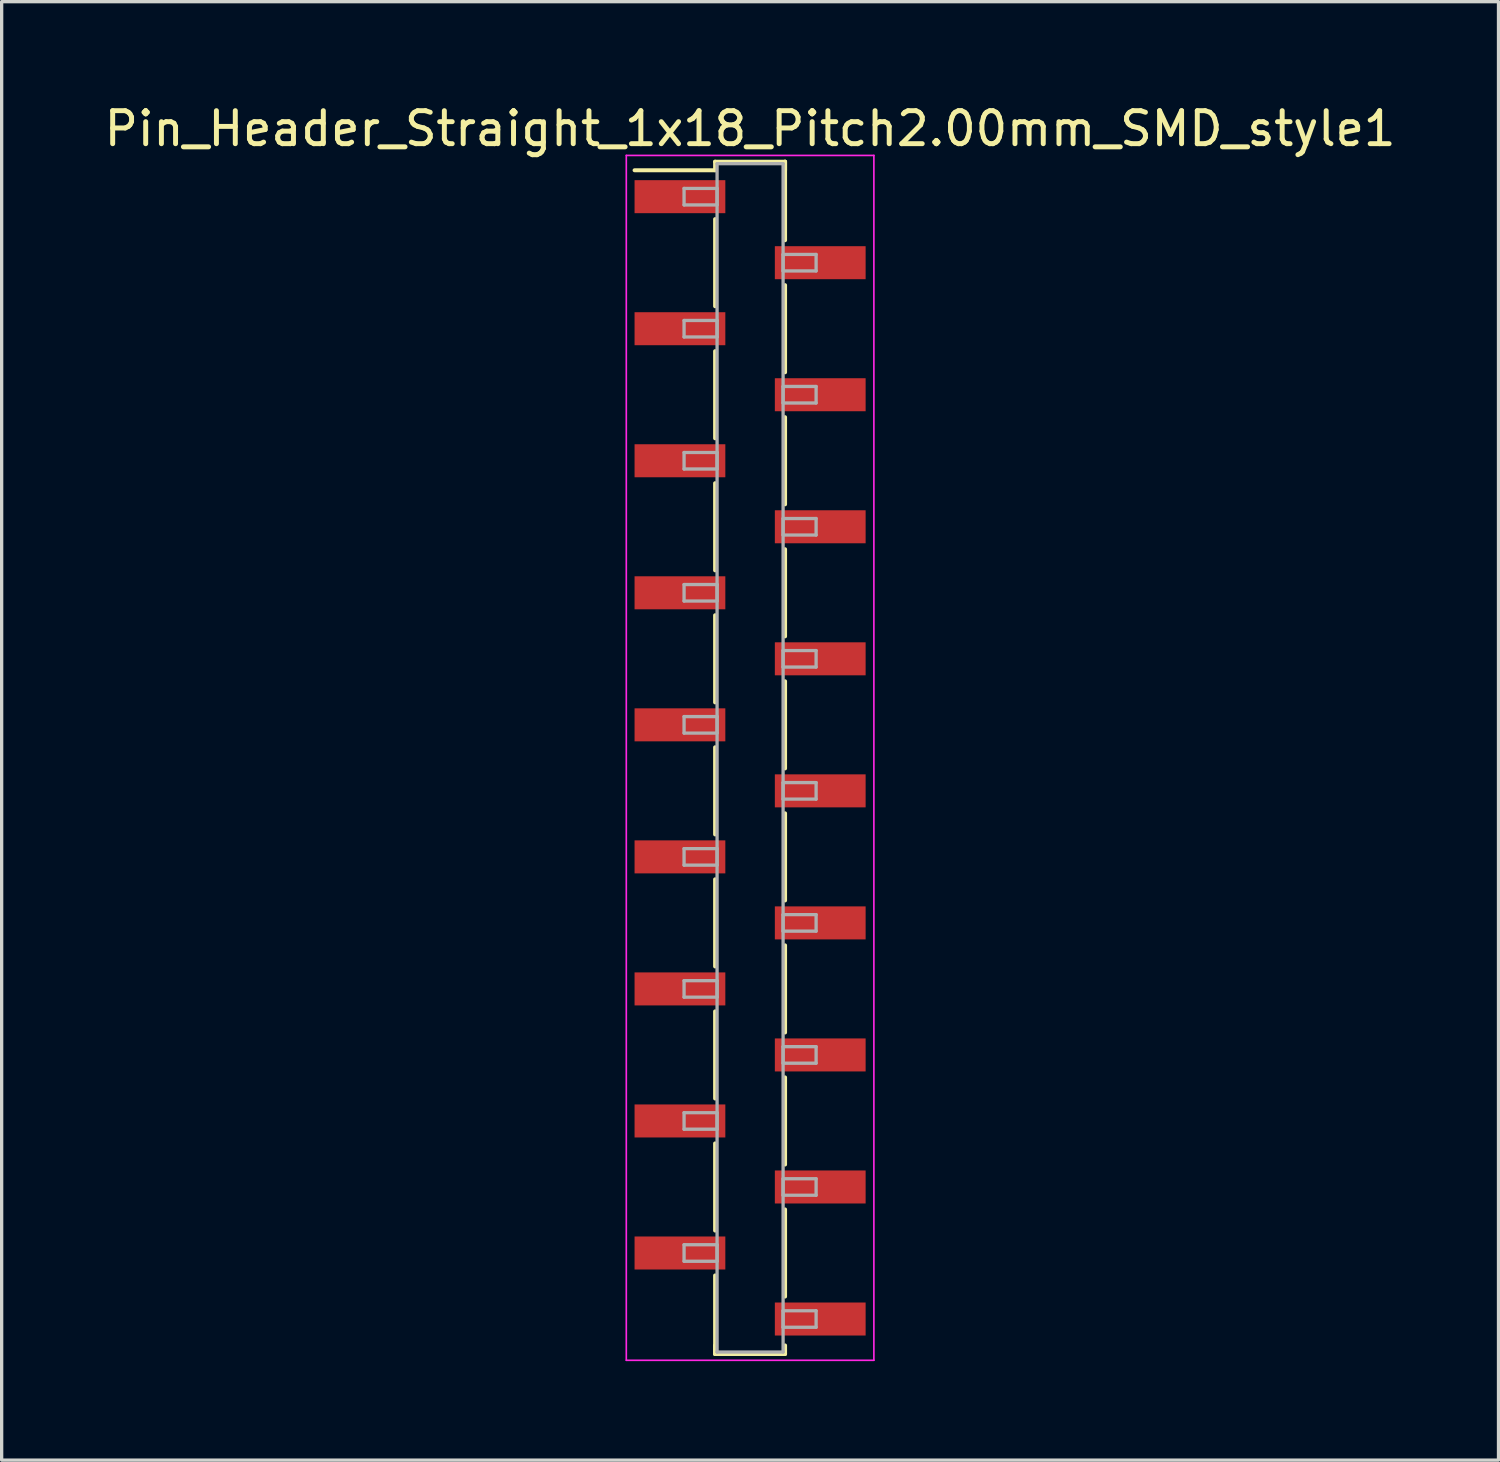
<source format=kicad_pcb>
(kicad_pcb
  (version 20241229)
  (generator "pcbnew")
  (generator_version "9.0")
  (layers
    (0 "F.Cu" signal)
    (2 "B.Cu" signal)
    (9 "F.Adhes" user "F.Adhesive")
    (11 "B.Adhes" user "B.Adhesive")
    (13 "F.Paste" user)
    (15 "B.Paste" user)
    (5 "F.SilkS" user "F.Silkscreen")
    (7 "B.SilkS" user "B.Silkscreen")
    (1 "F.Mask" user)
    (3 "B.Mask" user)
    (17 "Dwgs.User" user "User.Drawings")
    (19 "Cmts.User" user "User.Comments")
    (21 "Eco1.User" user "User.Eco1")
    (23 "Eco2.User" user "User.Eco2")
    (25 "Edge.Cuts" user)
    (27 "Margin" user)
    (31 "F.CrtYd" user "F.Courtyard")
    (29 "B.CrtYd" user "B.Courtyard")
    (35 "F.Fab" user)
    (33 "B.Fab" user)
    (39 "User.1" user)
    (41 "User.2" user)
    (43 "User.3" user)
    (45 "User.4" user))
  (footprint "Pin_Header_Straight_1x18_Pitch2.00mm_SMD_style1"
    (layer "F.Cu")
    (at 19.673 19.908)
    (property "Reference" "Pin_Header_Straight_1x18_Pitch2.00mm_SMD_style1" (at 0 -19.06 0) (layer "F.SilkS") (effects (font (size 1 1) (thickness 0.15))))
    (attr smd)
    (fp_line (start -1.06 -18.06) (end 1.06 -18.06) (stroke (width 0.12) (type solid)) (layer "F.SilkS"))
    (fp_line (start -1.06 -17.8) (end -3.5 -17.8) (stroke (width 0.12) (type solid)) (layer "F.SilkS"))
    (fp_line (start -1.06 -17.8) (end -1.06 -18.06) (stroke (width 0.12) (type solid)) (layer "F.SilkS"))
    (fp_line (start -1.06 -16.32) (end -1.06 -13.68) (stroke (width 0.12) (type solid)) (layer "F.SilkS"))
    (fp_line (start -1.06 -12.32) (end -1.06 -9.68) (stroke (width 0.12) (type solid)) (layer "F.SilkS"))
    (fp_line (start -1.06 -8.32) (end -1.06 -5.68) (stroke (width 0.12) (type solid)) (layer "F.SilkS"))
    (fp_line (start -1.06 -4.32) (end -1.06 -1.68) (stroke (width 0.12) (type solid)) (layer "F.SilkS"))
    (fp_line (start -1.06 -0.32) (end -1.06 2.32) (stroke (width 0.12) (type solid)) (layer "F.SilkS"))
    (fp_line (start -1.06 3.68) (end -1.06 6.32) (stroke (width 0.12) (type solid)) (layer "F.SilkS"))
    (fp_line (start -1.06 7.68) (end -1.06 10.32) (stroke (width 0.12) (type solid)) (layer "F.SilkS"))
    (fp_line (start -1.06 11.68) (end -1.06 14.32) (stroke (width 0.12) (type solid)) (layer "F.SilkS"))
    (fp_line (start -1.06 15.68) (end -1.06 18.06) (stroke (width 0.12) (type solid)) (layer "F.SilkS"))
    (fp_line (start -1.06 17.8) (end -1.06 18.06) (stroke (width 0.12) (type solid)) (layer "F.SilkS"))
    (fp_line (start -1.06 18.06) (end 1.06 18.06) (stroke (width 0.12) (type solid)) (layer "F.SilkS"))
    (fp_line (start 1.06 -18.06) (end 1.06 -17.8) (stroke (width 0.12) (type solid)) (layer "F.SilkS"))
    (fp_line (start 1.06 -18.06) (end 1.06 -15.68) (stroke (width 0.12) (type solid)) (layer "F.SilkS"))
    (fp_line (start 1.06 -14.32) (end 1.06 -11.68) (stroke (width 0.12) (type solid)) (layer "F.SilkS"))
    (fp_line (start 1.06 -10.32) (end 1.06 -7.68) (stroke (width 0.12) (type solid)) (layer "F.SilkS"))
    (fp_line (start 1.06 -6.32) (end 1.06 -3.68) (stroke (width 0.12) (type solid)) (layer "F.SilkS"))
    (fp_line (start 1.06 -2.32) (end 1.06 0.32) (stroke (width 0.12) (type solid)) (layer "F.SilkS"))
    (fp_line (start 1.06 1.68) (end 1.06 4.32) (stroke (width 0.12) (type solid)) (layer "F.SilkS"))
    (fp_line (start 1.06 5.68) (end 1.06 8.32) (stroke (width 0.12) (type solid)) (layer "F.SilkS"))
    (fp_line (start 1.06 9.68) (end 1.06 12.32) (stroke (width 0.12) (type solid)) (layer "F.SilkS"))
    (fp_line (start 1.06 13.68) (end 1.06 16.32) (stroke (width 0.12) (type solid)) (layer "F.SilkS"))
    (fp_line (start 1.06 18.06) (end 1.06 17.8) (stroke (width 0.12) (type solid)) (layer "F.SilkS"))
    (fp_line (start -3.75 -18.25) (end -3.75 18.25) (stroke (width 0.05) (type solid)) (layer "F.CrtYd"))
    (fp_line (start -3.75 18.25) (end 3.75 18.25) (stroke (width 0.05) (type solid)) (layer "F.CrtYd"))
    (fp_line (start 3.75 -18.25) (end -3.75 -18.25) (stroke (width 0.05) (type solid)) (layer "F.CrtYd"))
    (fp_line (start 3.75 18.25) (end 3.75 -18.25) (stroke (width 0.05) (type solid)) (layer "F.CrtYd"))
    (fp_line (start -2 -17.25) (end -1 -17.25) (stroke (width 0.1) (type solid)) (layer "F.Fab"))
    (fp_line (start -2 -16.75) (end -2 -17.25) (stroke (width 0.1) (type solid)) (layer "F.Fab"))
    (fp_line (start -2 -13.25) (end -1 -13.25) (stroke (width 0.1) (type solid)) (layer "F.Fab"))
    (fp_line (start -2 -12.75) (end -2 -13.25) (stroke (width 0.1) (type solid)) (layer "F.Fab"))
    (fp_line (start -2 -9.25) (end -1 -9.25) (stroke (width 0.1) (type solid)) (layer "F.Fab"))
    (fp_line (start -2 -8.75) (end -2 -9.25) (stroke (width 0.1) (type solid)) (layer "F.Fab"))
    (fp_line (start -2 -5.25) (end -1 -5.25) (stroke (width 0.1) (type solid)) (layer "F.Fab"))
    (fp_line (start -2 -4.75) (end -2 -5.25) (stroke (width 0.1) (type solid)) (layer "F.Fab"))
    (fp_line (start -2 -1.25) (end -1 -1.25) (stroke (width 0.1) (type solid)) (layer "F.Fab"))
    (fp_line (start -2 -0.75) (end -2 -1.25) (stroke (width 0.1) (type solid)) (layer "F.Fab"))
    (fp_line (start -2 2.75) (end -1 2.75) (stroke (width 0.1) (type solid)) (layer "F.Fab"))
    (fp_line (start -2 3.25) (end -2 2.75) (stroke (width 0.1) (type solid)) (layer "F.Fab"))
    (fp_line (start -2 6.75) (end -1 6.75) (stroke (width 0.1) (type solid)) (layer "F.Fab"))
    (fp_line (start -2 7.25) (end -2 6.75) (stroke (width 0.1) (type solid)) (layer "F.Fab"))
    (fp_line (start -2 10.75) (end -1 10.75) (stroke (width 0.1) (type solid)) (layer "F.Fab"))
    (fp_line (start -2 11.25) (end -2 10.75) (stroke (width 0.1) (type solid)) (layer "F.Fab"))
    (fp_line (start -2 14.75) (end -1 14.75) (stroke (width 0.1) (type solid)) (layer "F.Fab"))
    (fp_line (start -2 15.25) (end -2 14.75) (stroke (width 0.1) (type solid)) (layer "F.Fab"))
    (fp_line (start -1 -18) (end -1 18) (stroke (width 0.1) (type solid)) (layer "F.Fab"))
    (fp_line (start -1 -17.25) (end -1 -16.75) (stroke (width 0.1) (type solid)) (layer "F.Fab"))
    (fp_line (start -1 -16.75) (end -2 -16.75) (stroke (width 0.1) (type solid)) (layer "F.Fab"))
    (fp_line (start -1 -13.25) (end -1 -12.75) (stroke (width 0.1) (type solid)) (layer "F.Fab"))
    (fp_line (start -1 -12.75) (end -2 -12.75) (stroke (width 0.1) (type solid)) (layer "F.Fab"))
    (fp_line (start -1 -9.25) (end -1 -8.75) (stroke (width 0.1) (type solid)) (layer "F.Fab"))
    (fp_line (start -1 -8.75) (end -2 -8.75) (stroke (width 0.1) (type solid)) (layer "F.Fab"))
    (fp_line (start -1 -5.25) (end -1 -4.75) (stroke (width 0.1) (type solid)) (layer "F.Fab"))
    (fp_line (start -1 -4.75) (end -2 -4.75) (stroke (width 0.1) (type solid)) (layer "F.Fab"))
    (fp_line (start -1 -1.25) (end -1 -0.75) (stroke (width 0.1) (type solid)) (layer "F.Fab"))
    (fp_line (start -1 -0.75) (end -2 -0.75) (stroke (width 0.1) (type solid)) (layer "F.Fab"))
    (fp_line (start -1 2.75) (end -1 3.25) (stroke (width 0.1) (type solid)) (layer "F.Fab"))
    (fp_line (start -1 3.25) (end -2 3.25) (stroke (width 0.1) (type solid)) (layer "F.Fab"))
    (fp_line (start -1 6.75) (end -1 7.25) (stroke (width 0.1) (type solid)) (layer "F.Fab"))
    (fp_line (start -1 7.25) (end -2 7.25) (stroke (width 0.1) (type solid)) (layer "F.Fab"))
    (fp_line (start -1 10.75) (end -1 11.25) (stroke (width 0.1) (type solid)) (layer "F.Fab"))
    (fp_line (start -1 11.25) (end -2 11.25) (stroke (width 0.1) (type solid)) (layer "F.Fab"))
    (fp_line (start -1 14.75) (end -1 15.25) (stroke (width 0.1) (type solid)) (layer "F.Fab"))
    (fp_line (start -1 15.25) (end -2 15.25) (stroke (width 0.1) (type solid)) (layer "F.Fab"))
    (fp_line (start -1 18) (end 1 18) (stroke (width 0.1) (type solid)) (layer "F.Fab"))
    (fp_line (start 1 -18) (end -1 -18) (stroke (width 0.1) (type solid)) (layer "F.Fab"))
    (fp_line (start 1 -15.25) (end 1 -14.75) (stroke (width 0.1) (type solid)) (layer "F.Fab"))
    (fp_line (start 1 -14.75) (end 2 -14.75) (stroke (width 0.1) (type solid)) (layer "F.Fab"))
    (fp_line (start 1 -11.25) (end 1 -10.75) (stroke (width 0.1) (type solid)) (layer "F.Fab"))
    (fp_line (start 1 -10.75) (end 2 -10.75) (stroke (width 0.1) (type solid)) (layer "F.Fab"))
    (fp_line (start 1 -7.25) (end 1 -6.75) (stroke (width 0.1) (type solid)) (layer "F.Fab"))
    (fp_line (start 1 -6.75) (end 2 -6.75) (stroke (width 0.1) (type solid)) (layer "F.Fab"))
    (fp_line (start 1 -3.25) (end 1 -2.75) (stroke (width 0.1) (type solid)) (layer "F.Fab"))
    (fp_line (start 1 -2.75) (end 2 -2.75) (stroke (width 0.1) (type solid)) (layer "F.Fab"))
    (fp_line (start 1 0.75) (end 1 1.25) (stroke (width 0.1) (type solid)) (layer "F.Fab"))
    (fp_line (start 1 1.25) (end 2 1.25) (stroke (width 0.1) (type solid)) (layer "F.Fab"))
    (fp_line (start 1 4.75) (end 1 5.25) (stroke (width 0.1) (type solid)) (layer "F.Fab"))
    (fp_line (start 1 5.25) (end 2 5.25) (stroke (width 0.1) (type solid)) (layer "F.Fab"))
    (fp_line (start 1 8.75) (end 1 9.25) (stroke (width 0.1) (type solid)) (layer "F.Fab"))
    (fp_line (start 1 9.25) (end 2 9.25) (stroke (width 0.1) (type solid)) (layer "F.Fab"))
    (fp_line (start 1 12.75) (end 1 13.25) (stroke (width 0.1) (type solid)) (layer "F.Fab"))
    (fp_line (start 1 13.25) (end 2 13.25) (stroke (width 0.1) (type solid)) (layer "F.Fab"))
    (fp_line (start 1 16.75) (end 1 17.25) (stroke (width 0.1) (type solid)) (layer "F.Fab"))
    (fp_line (start 1 17.25) (end 2 17.25) (stroke (width 0.1) (type solid)) (layer "F.Fab"))
    (fp_line (start 1 18) (end 1 -18) (stroke (width 0.1) (type solid)) (layer "F.Fab"))
    (fp_line (start 2 -15.25) (end 1 -15.25) (stroke (width 0.1) (type solid)) (layer "F.Fab"))
    (fp_line (start 2 -14.75) (end 2 -15.25) (stroke (width 0.1) (type solid)) (layer "F.Fab"))
    (fp_line (start 2 -11.25) (end 1 -11.25) (stroke (width 0.1) (type solid)) (layer "F.Fab"))
    (fp_line (start 2 -10.75) (end 2 -11.25) (stroke (width 0.1) (type solid)) (layer "F.Fab"))
    (fp_line (start 2 -7.25) (end 1 -7.25) (stroke (width 0.1) (type solid)) (layer "F.Fab"))
    (fp_line (start 2 -6.75) (end 2 -7.25) (stroke (width 0.1) (type solid)) (layer "F.Fab"))
    (fp_line (start 2 -3.25) (end 1 -3.25) (stroke (width 0.1) (type solid)) (layer "F.Fab"))
    (fp_line (start 2 -2.75) (end 2 -3.25) (stroke (width 0.1) (type solid)) (layer "F.Fab"))
    (fp_line (start 2 0.75) (end 1 0.75) (stroke (width 0.1) (type solid)) (layer "F.Fab"))
    (fp_line (start 2 1.25) (end 2 0.75) (stroke (width 0.1) (type solid)) (layer "F.Fab"))
    (fp_line (start 2 4.75) (end 1 4.75) (stroke (width 0.1) (type solid)) (layer "F.Fab"))
    (fp_line (start 2 5.25) (end 2 4.75) (stroke (width 0.1) (type solid)) (layer "F.Fab"))
    (fp_line (start 2 8.75) (end 1 8.75) (stroke (width 0.1) (type solid)) (layer "F.Fab"))
    (fp_line (start 2 9.25) (end 2 8.75) (stroke (width 0.1) (type solid)) (layer "F.Fab"))
    (fp_line (start 2 12.75) (end 1 12.75) (stroke (width 0.1) (type solid)) (layer "F.Fab"))
    (fp_line (start 2 13.25) (end 2 12.75) (stroke (width 0.1) (type solid)) (layer "F.Fab"))
    (fp_line (start 2 16.75) (end 1 16.75) (stroke (width 0.1) (type solid)) (layer "F.Fab"))
    (fp_line (start 2 17.25) (end 2 16.75) (stroke (width 0.1) (type solid)) (layer "F.Fab"))
    (pad "1" smd rect (at -2.125 -17) (size 2.75 1) (layers "F.Cu" "F.Mask"))
    (pad "2" smd rect (at 2.125 -15) (size 2.75 1) (layers "F.Cu" "F.Mask"))
    (pad "3" smd rect (at -2.125 -13) (size 2.75 1) (layers "F.Cu" "F.Mask"))
    (pad "4" smd rect (at 2.125 -11) (size 2.75 1) (layers "F.Cu" "F.Mask"))
    (pad "5" smd rect (at -2.125 -9) (size 2.75 1) (layers "F.Cu" "F.Mask"))
    (pad "6" smd rect (at 2.125 -7) (size 2.75 1) (layers "F.Cu" "F.Mask"))
    (pad "7" smd rect (at -2.125 -5) (size 2.75 1) (layers "F.Cu" "F.Mask"))
    (pad "8" smd rect (at 2.125 -3) (size 2.75 1) (layers "F.Cu" "F.Mask"))
    (pad "9" smd rect (at -2.125 -1) (size 2.75 1) (layers "F.Cu" "F.Mask"))
    (pad "10" smd rect (at 2.125 1) (size 2.75 1) (layers "F.Cu" "F.Mask"))
    (pad "11" smd rect (at -2.125 3) (size 2.75 1) (layers "F.Cu" "F.Mask"))
    (pad "12" smd rect (at 2.125 5) (size 2.75 1) (layers "F.Cu" "F.Mask"))
    (pad "13" smd rect (at -2.125 7) (size 2.75 1) (layers "F.Cu" "F.Mask"))
    (pad "14" smd rect (at 2.125 9) (size 2.75 1) (layers "F.Cu" "F.Mask"))
    (pad "15" smd rect (at -2.125 11) (size 2.75 1) (layers "F.Cu" "F.Mask"))
    (pad "16" smd rect (at 2.125 13) (size 2.75 1) (layers "F.Cu" "F.Mask"))
    (pad "17" smd rect (at -2.125 15) (size 2.75 1) (layers "F.Cu" "F.Mask"))
    (pad "18" smd rect (at 2.125 17) (size 2.75 1) (layers "F.Cu" "F.Mask")))
  (gr_rect
    (start -3 -3)
    (end 42.345 41.183)
    (stroke (width 0.1) (type default))
    (fill no)
    (layer "Edge.Cuts")))
</source>
